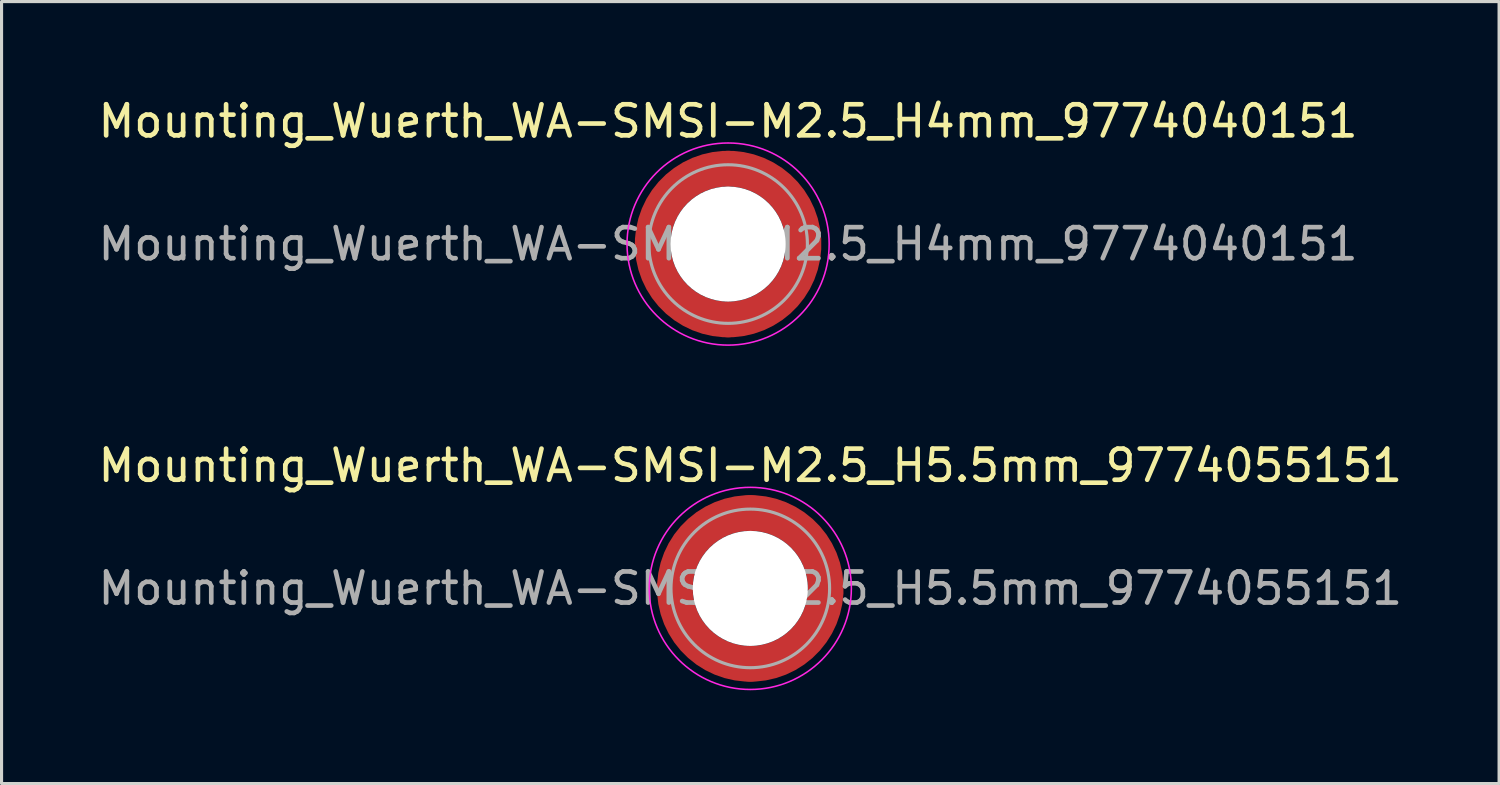
<source format=kicad_pcb>
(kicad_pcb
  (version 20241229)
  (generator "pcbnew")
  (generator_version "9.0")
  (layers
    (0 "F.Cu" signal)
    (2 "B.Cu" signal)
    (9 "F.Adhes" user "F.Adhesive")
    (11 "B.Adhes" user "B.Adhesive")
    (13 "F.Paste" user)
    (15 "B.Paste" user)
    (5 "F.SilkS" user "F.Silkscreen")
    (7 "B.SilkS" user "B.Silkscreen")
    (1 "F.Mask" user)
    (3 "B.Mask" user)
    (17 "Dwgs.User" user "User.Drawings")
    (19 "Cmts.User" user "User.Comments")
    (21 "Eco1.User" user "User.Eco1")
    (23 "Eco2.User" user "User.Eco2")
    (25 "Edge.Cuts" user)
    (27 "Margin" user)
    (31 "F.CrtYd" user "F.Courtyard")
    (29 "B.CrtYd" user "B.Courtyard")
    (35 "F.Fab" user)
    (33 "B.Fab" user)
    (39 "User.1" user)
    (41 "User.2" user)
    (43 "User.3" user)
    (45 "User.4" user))
  (footprint "Mounting_Wuerth_WA-SMSI-M2.5_H4mm_9774040151"
    (layer "F.Cu")
    (at 20.363 4.798)
    (property "Reference" "Mounting_Wuerth_WA-SMSI-M2.5_H4mm_9774040151" (at 0 -3.95 0) (layer "F.SilkS") (effects (font (size 1 1) (thickness 0.15))))
    (attr smd)
    (fp_circle (center 0 0) (end 3.25 0) (stroke (width 0.05) (type solid)) (fill no) (layer "F.CrtYd"))
    (fp_circle (center 0 0) (end 2.55 0) (stroke (width 0.1) (type solid)) (fill no) (layer "F.Fab"))
    (fp_text user "${REFERENCE}" (at 0 0 0) (layer "F.Fab") (effects (font (size 1 1) (thickness 0.15))))
    (pad "" smd custom (at -1.704 -1.704) (size 0.51 0.51) (layers "F.Paste") (options (anchor circle)) (primitives (gr_arc (start -0.250195 1.279127) (mid 0.289914 0.289914) (end 1.279127 -0.250195) (width 0.2)) (gr_arc (start -0.34334 1.279127) (mid 0.225488 0.225488) (end 1.279127 -0.34334) (width 0.2)) (gr_arc (start -0.436309 1.279127) (mid 0.161063 0.161063) (end 1.279127 -0.436309) (width 0.2)) (gr_arc (start -0.529126 1.279127) (mid 0.096638 0.096638) (end 1.279127 -0.529126) (width 0.2)) (gr_arc (start -0.621807 1.279127) (mid 0.032213 0.032213) (end 1.279127 -0.621807) (width 0.2)) (gr_arc (start -0.71437 1.279127) (mid -0.032213 -0.032213) (end 1.279127 -0.71437) (width 0.2)) (gr_arc (start -0.806826 1.279127) (mid -0.096638 -0.096638) (end 1.279127 -0.806826) (width 0.2)) (gr_arc (start -0.899187 1.279127) (mid -0.161063 -0.161063) (end 1.279127 -0.899187) (width 0.2)) (gr_arc (start -0.991463 1.279127) (mid -0.225488 -0.225488) (end 1.279127 -0.991463) (width 0.2)) (gr_arc (start -1.083663 1.279127) (mid -0.289914 -0.289914) (end 1.279127 -1.083663) (width 0.2)) (gr_line (start 1.279 -0.25) (end 1.279 -1.084) (width 0.2)) (gr_line (start -0.25 1.279) (end -1.084 1.279) (width 0.2))))
    (pad "" smd custom (at -1.704 1.704) (size 0.51 0.51) (layers "F.Paste") (options (anchor circle)) (primitives (gr_arc (start 1.279127 0.250195) (mid 0.289914 -0.289914) (end -0.250195 -1.279127) (width 0.2)) (gr_arc (start 1.279127 0.34334) (mid 0.225488 -0.225488) (end -0.34334 -1.279127) (width 0.2)) (gr_arc (start 1.279127 0.436309) (mid 0.161063 -0.161063) (end -0.436309 -1.279127) (width 0.2)) (gr_arc (start 1.279127 0.529126) (mid 0.096638 -0.096638) (end -0.529126 -1.279127) (width 0.2)) (gr_arc (start 1.279127 0.621807) (mid 0.032213 -0.032213) (end -0.621807 -1.279127) (width 0.2)) (gr_arc (start 1.279127 0.71437) (mid -0.032213 0.032213) (end -0.71437 -1.279127) (width 0.2)) (gr_arc (start 1.279127 0.806826) (mid -0.096638 0.096638) (end -0.806826 -1.279127) (width 0.2)) (gr_arc (start 1.279127 0.899187) (mid -0.161063 0.161063) (end -0.899187 -1.279127) (width 0.2)) (gr_arc (start 1.279127 0.991463) (mid -0.225488 0.225488) (end -0.991463 -1.279127) (width 0.2)) (gr_arc (start 1.279127 1.083663) (mid -0.289914 0.289914) (end -1.083663 -1.279127) (width 0.2)) (gr_line (start -0.25 -1.279) (end -1.084 -1.279) (width 0.2)) (gr_line (start 1.279 0.25) (end 1.279 1.084) (width 0.2))))
    (pad "" np_thru_hole circle (at 0 0) (size 3.7 3.7) (drill 3.7) (layers "*.Cu" "*.Mask"))
    (pad "" smd custom (at 1.704 -1.704) (size 0.51 0.51) (layers "F.Paste") (options (anchor circle)) (primitives (gr_arc (start -1.279127 -0.250195) (mid -0.289914 0.289914) (end 0.250195 1.279127) (width 0.2)) (gr_arc (start -1.279127 -0.34334) (mid -0.225488 0.225488) (end 0.34334 1.279127) (width 0.2)) (gr_arc (start -1.279127 -0.436309) (mid -0.161063 0.161063) (end 0.436309 1.279127) (width 0.2)) (gr_arc (start -1.279127 -0.529126) (mid -0.096638 0.096638) (end 0.529126 1.279127) (width 0.2)) (gr_arc (start -1.279127 -0.621807) (mid -0.032213 0.032213) (end 0.621807 1.279127) (width 0.2)) (gr_arc (start -1.279127 -0.71437) (mid 0.032213 -0.032213) (end 0.71437 1.279127) (width 0.2)) (gr_arc (start -1.279127 -0.806826) (mid 0.096638 -0.096638) (end 0.806826 1.279127) (width 0.2)) (gr_arc (start -1.279127 -0.899187) (mid 0.161063 -0.161063) (end 0.899187 1.279127) (width 0.2)) (gr_arc (start -1.279127 -0.991463) (mid 0.225488 -0.225488) (end 0.991463 1.279127) (width 0.2)) (gr_arc (start -1.279127 -1.083663) (mid 0.289914 -0.289914) (end 1.083663 1.279127) (width 0.2)) (gr_line (start 0.25 1.279) (end 1.084 1.279) (width 0.2)) (gr_line (start -1.279 -0.25) (end -1.279 -1.084) (width 0.2))))
    (pad "" smd custom (at 1.704 1.704) (size 0.51 0.51) (layers "F.Paste") (options (anchor circle)) (primitives (gr_arc (start 0.250195 -1.279127) (mid -0.289914 -0.289914) (end -1.279127 0.250195) (width 0.2)) (gr_arc (start 0.34334 -1.279127) (mid -0.225488 -0.225488) (end -1.279127 0.34334) (width 0.2)) (gr_arc (start 0.436309 -1.279127) (mid -0.161063 -0.161063) (end -1.279127 0.436309) (width 0.2)) (gr_arc (start 0.529126 -1.279127) (mid -0.096638 -0.096638) (end -1.279127 0.529126) (width 0.2)) (gr_arc (start 0.621807 -1.279127) (mid -0.032213 -0.032213) (end -1.279127 0.621807) (width 0.2)) (gr_arc (start 0.71437 -1.279127) (mid 0.032213 0.032213) (end -1.279127 0.71437) (width 0.2)) (gr_arc (start 0.806826 -1.279127) (mid 0.096638 0.096638) (end -1.279127 0.806826) (width 0.2)) (gr_arc (start 0.899187 -1.279127) (mid 0.161063 0.161063) (end -1.279127 0.899187) (width 0.2)) (gr_arc (start 0.991463 -1.279127) (mid 0.225488 0.225488) (end -1.279127 0.991463) (width 0.2)) (gr_arc (start 1.083663 -1.279127) (mid 0.289914 0.289914) (end -1.279127 1.083663) (width 0.2)) (gr_line (start -1.279 0.25) (end -1.279 1.084) (width 0.2)) (gr_line (start 0.25 -1.279) (end 1.084 -1.279) (width 0.2))))
    (pad "1" smd circle (at -2.425 0) (size 1.15 1.15) (layers "F.Cu"))
    (pad "1" smd circle (at 0 -2.425) (size 1.15 1.15) (layers "F.Cu"))
    (pad "1" smd circle (at 0 2.425) (size 1.15 1.15) (layers "F.Cu"))
    (pad "1" smd custom (at 2.425 0) (size 1.15 1.15) (layers "F.Cu" "F.Mask") (options (anchor circle)) (primitives (gr_circle (center -2.425 0) (end 0 0) (width 1.15) (fill no)))))
  (footprint "Mounting_Wuerth_WA-SMSI-M2.5_H5.5mm_9774055151"
    (layer "F.Cu")
    (at 21.077 15.871)
    (property "Reference" "Mounting_Wuerth_WA-SMSI-M2.5_H5.5mm_9774055151" (at 0 -3.95 0) (layer "F.SilkS") (effects (font (size 1 1) (thickness 0.15))))
    (attr smd)
    (fp_circle (center 0 0) (end 3.25 0) (stroke (width 0.05) (type solid)) (fill no) (layer "F.CrtYd"))
    (fp_circle (center 0 0) (end 2.55 0) (stroke (width 0.1) (type solid)) (fill no) (layer "F.Fab"))
    (fp_text user "${REFERENCE}" (at 0 0 0) (layer "F.Fab") (effects (font (size 1 1) (thickness 0.15))))
    (pad "" smd custom (at -1.704 -1.704) (size 0.51 0.51) (layers "F.Paste") (options (anchor circle)) (primitives (gr_arc (start -0.250195 1.279127) (mid 0.289914 0.289914) (end 1.279127 -0.250195) (width 0.2)) (gr_arc (start -0.34334 1.279127) (mid 0.225488 0.225488) (end 1.279127 -0.34334) (width 0.2)) (gr_arc (start -0.436309 1.279127) (mid 0.161063 0.161063) (end 1.279127 -0.436309) (width 0.2)) (gr_arc (start -0.529126 1.279127) (mid 0.096638 0.096638) (end 1.279127 -0.529126) (width 0.2)) (gr_arc (start -0.621807 1.279127) (mid 0.032213 0.032213) (end 1.279127 -0.621807) (width 0.2)) (gr_arc (start -0.71437 1.279127) (mid -0.032213 -0.032213) (end 1.279127 -0.71437) (width 0.2)) (gr_arc (start -0.806826 1.279127) (mid -0.096638 -0.096638) (end 1.279127 -0.806826) (width 0.2)) (gr_arc (start -0.899187 1.279127) (mid -0.161063 -0.161063) (end 1.279127 -0.899187) (width 0.2)) (gr_arc (start -0.991463 1.279127) (mid -0.225488 -0.225488) (end 1.279127 -0.991463) (width 0.2)) (gr_arc (start -1.083663 1.279127) (mid -0.289914 -0.289914) (end 1.279127 -1.083663) (width 0.2)) (gr_line (start 1.279 -0.25) (end 1.279 -1.084) (width 0.2)) (gr_line (start -0.25 1.279) (end -1.084 1.279) (width 0.2))))
    (pad "" smd custom (at -1.704 1.704) (size 0.51 0.51) (layers "F.Paste") (options (anchor circle)) (primitives (gr_arc (start 1.279127 0.250195) (mid 0.289914 -0.289914) (end -0.250195 -1.279127) (width 0.2)) (gr_arc (start 1.279127 0.34334) (mid 0.225488 -0.225488) (end -0.34334 -1.279127) (width 0.2)) (gr_arc (start 1.279127 0.436309) (mid 0.161063 -0.161063) (end -0.436309 -1.279127) (width 0.2)) (gr_arc (start 1.279127 0.529126) (mid 0.096638 -0.096638) (end -0.529126 -1.279127) (width 0.2)) (gr_arc (start 1.279127 0.621807) (mid 0.032213 -0.032213) (end -0.621807 -1.279127) (width 0.2)) (gr_arc (start 1.279127 0.71437) (mid -0.032213 0.032213) (end -0.71437 -1.279127) (width 0.2)) (gr_arc (start 1.279127 0.806826) (mid -0.096638 0.096638) (end -0.806826 -1.279127) (width 0.2)) (gr_arc (start 1.279127 0.899187) (mid -0.161063 0.161063) (end -0.899187 -1.279127) (width 0.2)) (gr_arc (start 1.279127 0.991463) (mid -0.225488 0.225488) (end -0.991463 -1.279127) (width 0.2)) (gr_arc (start 1.279127 1.083663) (mid -0.289914 0.289914) (end -1.083663 -1.279127) (width 0.2)) (gr_line (start -0.25 -1.279) (end -1.084 -1.279) (width 0.2)) (gr_line (start 1.279 0.25) (end 1.279 1.084) (width 0.2))))
    (pad "" np_thru_hole circle (at 0 0) (size 3.7 3.7) (drill 3.7) (layers "*.Cu" "*.Mask"))
    (pad "" smd custom (at 1.704 -1.704) (size 0.51 0.51) (layers "F.Paste") (options (anchor circle)) (primitives (gr_arc (start -1.279127 -0.250195) (mid -0.289914 0.289914) (end 0.250195 1.279127) (width 0.2)) (gr_arc (start -1.279127 -0.34334) (mid -0.225488 0.225488) (end 0.34334 1.279127) (width 0.2)) (gr_arc (start -1.279127 -0.436309) (mid -0.161063 0.161063) (end 0.436309 1.279127) (width 0.2)) (gr_arc (start -1.279127 -0.529126) (mid -0.096638 0.096638) (end 0.529126 1.279127) (width 0.2)) (gr_arc (start -1.279127 -0.621807) (mid -0.032213 0.032213) (end 0.621807 1.279127) (width 0.2)) (gr_arc (start -1.279127 -0.71437) (mid 0.032213 -0.032213) (end 0.71437 1.279127) (width 0.2)) (gr_arc (start -1.279127 -0.806826) (mid 0.096638 -0.096638) (end 0.806826 1.279127) (width 0.2)) (gr_arc (start -1.279127 -0.899187) (mid 0.161063 -0.161063) (end 0.899187 1.279127) (width 0.2)) (gr_arc (start -1.279127 -0.991463) (mid 0.225488 -0.225488) (end 0.991463 1.279127) (width 0.2)) (gr_arc (start -1.279127 -1.083663) (mid 0.289914 -0.289914) (end 1.083663 1.279127) (width 0.2)) (gr_line (start 0.25 1.279) (end 1.084 1.279) (width 0.2)) (gr_line (start -1.279 -0.25) (end -1.279 -1.084) (width 0.2))))
    (pad "" smd custom (at 1.704 1.704) (size 0.51 0.51) (layers "F.Paste") (options (anchor circle)) (primitives (gr_arc (start 0.250195 -1.279127) (mid -0.289914 -0.289914) (end -1.279127 0.250195) (width 0.2)) (gr_arc (start 0.34334 -1.279127) (mid -0.225488 -0.225488) (end -1.279127 0.34334) (width 0.2)) (gr_arc (start 0.436309 -1.279127) (mid -0.161063 -0.161063) (end -1.279127 0.436309) (width 0.2)) (gr_arc (start 0.529126 -1.279127) (mid -0.096638 -0.096638) (end -1.279127 0.529126) (width 0.2)) (gr_arc (start 0.621807 -1.279127) (mid -0.032213 -0.032213) (end -1.279127 0.621807) (width 0.2)) (gr_arc (start 0.71437 -1.279127) (mid 0.032213 0.032213) (end -1.279127 0.71437) (width 0.2)) (gr_arc (start 0.806826 -1.279127) (mid 0.096638 0.096638) (end -1.279127 0.806826) (width 0.2)) (gr_arc (start 0.899187 -1.279127) (mid 0.161063 0.161063) (end -1.279127 0.899187) (width 0.2)) (gr_arc (start 0.991463 -1.279127) (mid 0.225488 0.225488) (end -1.279127 0.991463) (width 0.2)) (gr_arc (start 1.083663 -1.279127) (mid 0.289914 0.289914) (end -1.279127 1.083663) (width 0.2)) (gr_line (start -1.279 0.25) (end -1.279 1.084) (width 0.2)) (gr_line (start 0.25 -1.279) (end 1.084 -1.279) (width 0.2))))
    (pad "1" smd circle (at -2.425 0) (size 1.15 1.15) (layers "F.Cu"))
    (pad "1" smd circle (at 0 -2.425) (size 1.15 1.15) (layers "F.Cu"))
    (pad "1" smd circle (at 0 2.425) (size 1.15 1.15) (layers "F.Cu"))
    (pad "1" smd custom (at 2.425 0) (size 1.15 1.15) (layers "F.Cu" "F.Mask") (options (anchor circle)) (primitives (gr_circle (center -2.425 0) (end 0 0) (width 1.15) (fill no)))))
  (gr_rect
    (start -3 -3)
    (end 45.155 22.146)
    (stroke (width 0.1) (type default))
    (fill no)
    (layer "Edge.Cuts")))
</source>
